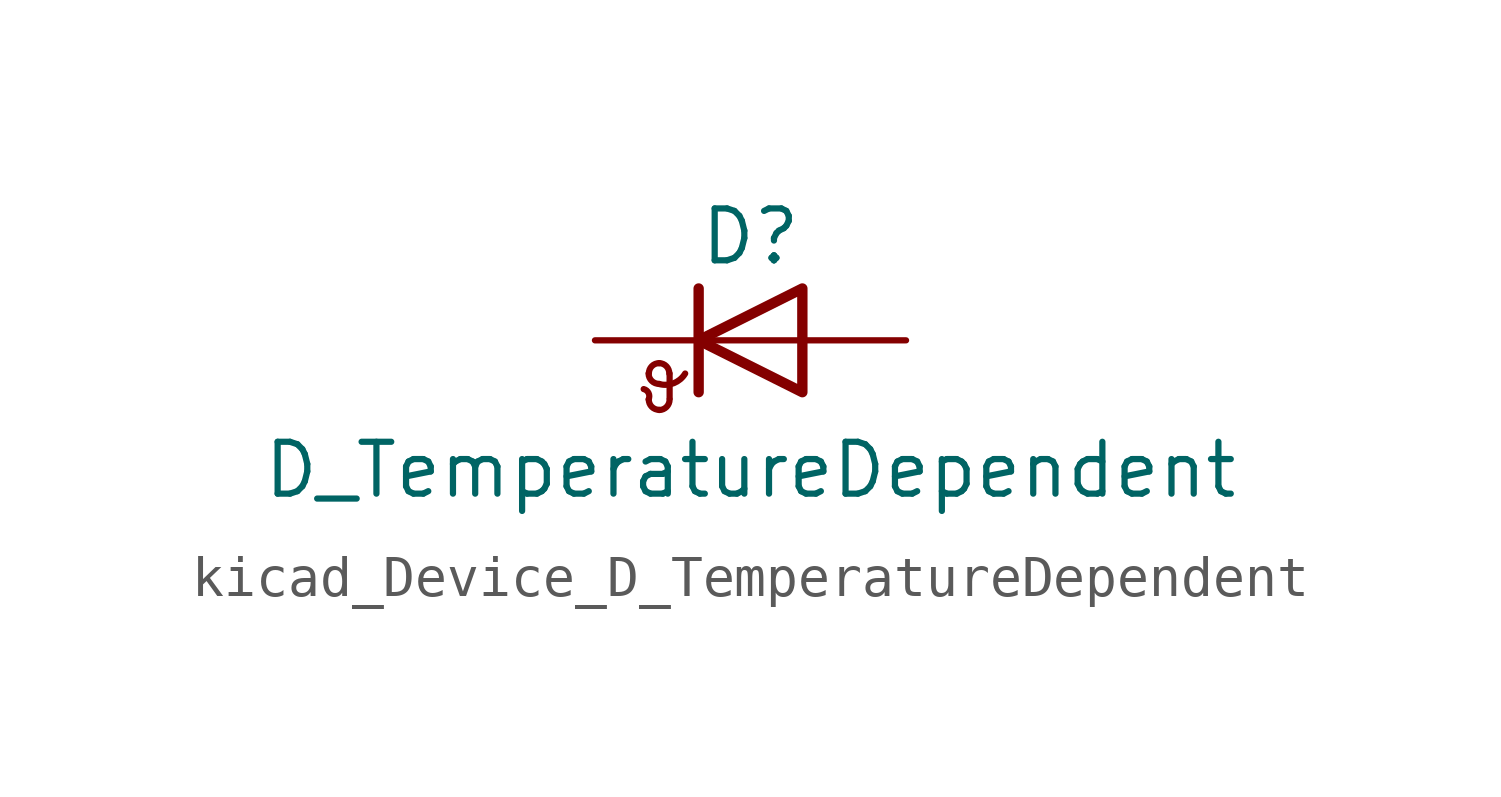
<source format=kicad_sym>
(kicad_symbol_lib
  (version 20220914)
  (generator kicad_symbol_editor)
  (symbol "kicad_Device_D_TemperatureDependent"
    (pin_numbers hide)
    (pin_names
      (offset 1.016) hide)
    (property "Reference" "D"
      (at 0 2.54 0)
      (effects (font (size 1.27 1.27))))
    (property "Value" "D_TemperatureDependent"
      (at 0 -3.175 0)
      (effects (font (size 1.27 1.27))))
    (symbol "kicad_Device_D_TemperatureDependent_0_1"
      (arc (start -2.4892 -1.4478) (mid -2.4907 -1.2925) (end -2.6162 -1.1938) (stroke (width 0) (type default)) (fill (type none)))
      (arc (start -2.4892 -1.4478) (mid -2.4148 -1.6274) (end -2.2352 -1.7018) (stroke (width 0) (type default)) (fill (type none)))
      (arc (start -2.4892 -0.8128) (mid -2.4148 -0.9924) (end -2.2352 -1.0668) (stroke (width 0) (type default)) (fill (type none)))
      (arc (start -2.2352 -1.7018) (mid -2.0556 -1.6274) (end -1.9812 -1.4478) (stroke (width 0) (type default)) (fill (type none)))
      (arc (start -2.2352 -1.0668) (mid -1.8805 -1.0481) (end -1.6002 -0.8128) (stroke (width 0) (type default)) (fill (type none)))
      (arc (start -2.2352 -0.5588) (mid -2.4148 -0.6332) (end -2.4892 -0.8128) (stroke (width 0) (type default)) (fill (type none)))
      (arc (start -1.9812 -0.8128) (mid -2.0556 -0.6332) (end -2.2352 -0.5588) (stroke (width 0) (type default)) (fill (type none)))
      (polyline (pts (xy -1.981 -1.422) (xy -1.981 -0.813)) (stroke (width 0) (type default)) (fill (type none)))
      (polyline (pts (xy -1.27 1.27) (xy -1.27 -1.27)) (stroke (width 0.254) (type default)) (fill (type none)))
      (polyline (pts (xy 1.27 0) (xy -1.27 0)) (stroke (width 0) (type default)) (fill (type none)))
      (polyline (pts (xy 1.27 -1.27) (xy 1.27 1.27) (xy -1.27 0) (xy 1.27 -1.27)) (stroke (width 0.254) (type default)) (fill (type none))))
    (symbol "kicad_Device_D_TemperatureDependent_1_1"
      (pin passive line (at -3.81 0 0) (length 2.54) (name "K" (effects (font (size 1.27 1.27)))) (number "1" (effects (font (size 1.27 1.27)))))
      (pin passive line (at 3.81 0 180) (length 2.54) (name "A" (effects (font (size 1.27 1.27)))) (number "2" (effects (font (size 1.27 1.27))))))))
</source>
